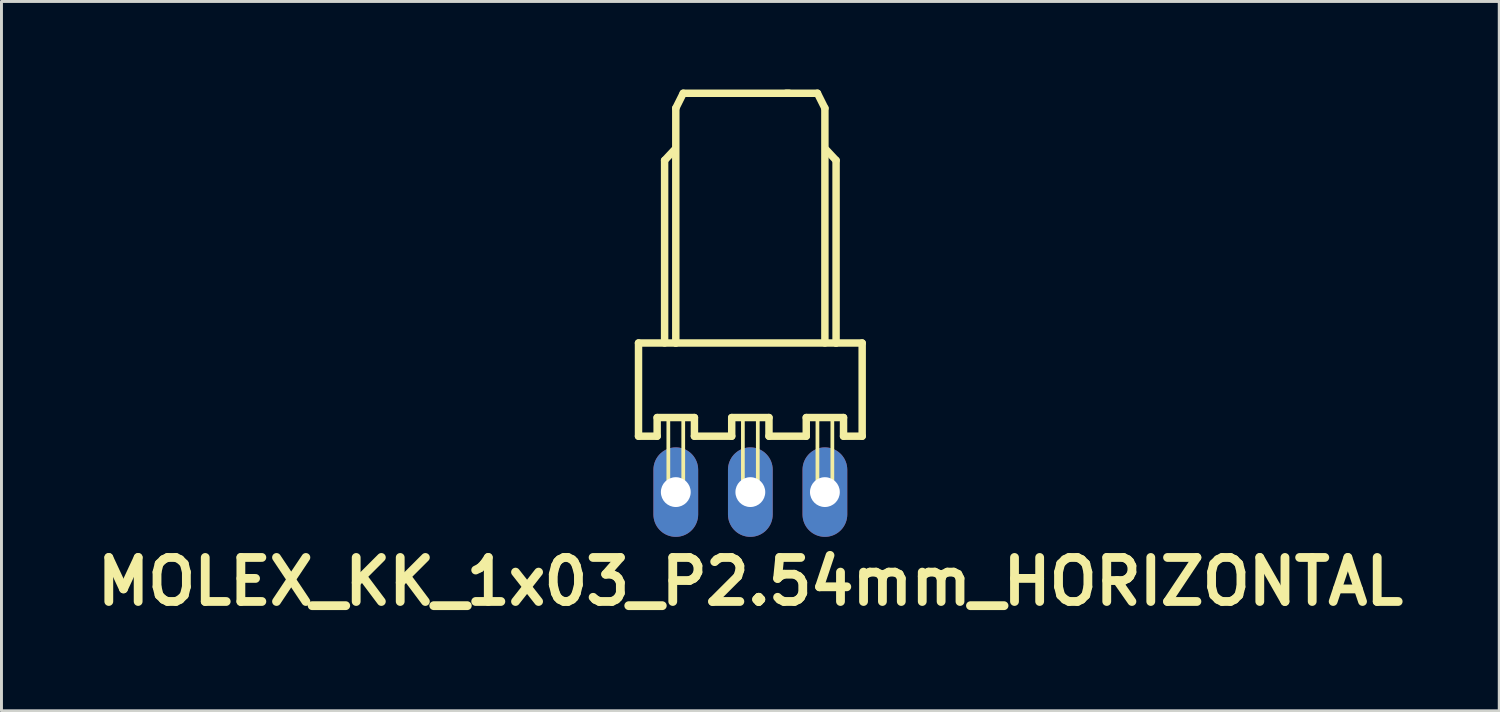
<source format=kicad_pcb>
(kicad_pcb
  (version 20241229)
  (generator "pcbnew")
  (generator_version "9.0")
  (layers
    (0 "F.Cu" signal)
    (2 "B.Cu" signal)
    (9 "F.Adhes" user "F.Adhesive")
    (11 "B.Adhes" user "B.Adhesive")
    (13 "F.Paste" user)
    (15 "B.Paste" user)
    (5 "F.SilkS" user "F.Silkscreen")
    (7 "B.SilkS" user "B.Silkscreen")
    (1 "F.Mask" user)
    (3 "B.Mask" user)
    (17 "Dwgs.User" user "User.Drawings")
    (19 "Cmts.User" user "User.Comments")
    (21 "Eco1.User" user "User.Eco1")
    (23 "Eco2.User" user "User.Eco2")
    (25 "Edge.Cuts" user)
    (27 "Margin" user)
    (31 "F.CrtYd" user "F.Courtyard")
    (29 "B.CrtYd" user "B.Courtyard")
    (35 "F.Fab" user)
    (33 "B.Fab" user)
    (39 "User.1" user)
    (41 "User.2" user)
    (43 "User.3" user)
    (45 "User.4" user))
  (footprint "MOLEX_KK_1x03_P2.54mm_HORIZONTAL"
    (layer "F.Cu")
    (at 22.514 13.716)
    (property "Reference" "MOLEX_KK_1x03_P2.54mm_HORIZONTAL" (at 0 3.048 0) (layer "F.SilkS") (effects (font (size 1.5 1.5) (thickness 0.3))))
    (attr exclude_from_pos_files exclude_from_bom)
    (fp_line (start -3.81 -5.08) (end -3.81 -1.905) (stroke (width 0.254) (type solid)) (layer "F.SilkS"))
    (fp_line (start -3.81 -1.905) (end -3.175 -1.905) (stroke (width 0.254) (type solid)) (layer "F.SilkS"))
    (fp_line (start -3.175 -2.54) (end -1.905 -2.54) (stroke (width 0.254) (type solid)) (layer "F.SilkS"))
    (fp_line (start -3.175 -1.905) (end -3.175 -2.54) (stroke (width 0.254) (type solid)) (layer "F.SilkS"))
    (fp_line (start -2.921 -11.303) (end -2.588 -11.659) (stroke (width 0.254) (type solid)) (layer "F.SilkS"))
    (fp_line (start -2.921 -5.08) (end -2.921 -11.303) (stroke (width 0.254) (type solid)) (layer "F.SilkS"))
    (fp_line (start -2.794 -2.515) (end -2.286 -2.515) (stroke (width 0.066) (type solid)) (layer "F.SilkS"))
    (fp_line (start -2.794 -0.279) (end -2.794 -2.515) (stroke (width 0.127) (type solid)) (layer "F.SilkS"))
    (fp_line (start -2.794 -0.279) (end -2.286 -0.279) (stroke (width 0.127) (type solid)) (layer "F.SilkS"))
    (fp_line (start -2.54 -13.081) (end -2.286 -13.589) (stroke (width 0.254) (type solid)) (layer "F.SilkS"))
    (fp_line (start -2.54 -5.08) (end -3.81 -5.08) (stroke (width 0.254) (type solid)) (layer "F.SilkS"))
    (fp_line (start -2.54 -5.08) (end -2.54 -13.081) (stroke (width 0.254) (type solid)) (layer "F.SilkS"))
    (fp_line (start -2.286 -13.589) (end 1.321 -13.589) (stroke (width 0.254) (type solid)) (layer "F.SilkS"))
    (fp_line (start -2.286 -0.279) (end -2.286 -2.515) (stroke (width 0.127) (type solid)) (layer "F.SilkS"))
    (fp_line (start -1.905 -2.54) (end -1.905 -1.905) (stroke (width 0.254) (type solid)) (layer "F.SilkS"))
    (fp_line (start -1.905 -1.905) (end -0.635 -1.905) (stroke (width 0.254) (type solid)) (layer "F.SilkS"))
    (fp_line (start -0.635 -2.54) (end 0.635 -2.54) (stroke (width 0.254) (type solid)) (layer "F.SilkS"))
    (fp_line (start -0.635 -1.905) (end -0.635 -2.54) (stroke (width 0.254) (type solid)) (layer "F.SilkS"))
    (fp_line (start -0.254 -2.515) (end 0.254 -2.515) (stroke (width 0.066) (type solid)) (layer "F.SilkS"))
    (fp_line (start -0.254 -2.515) (end 0.254 -2.515) (stroke (width 0.066) (type solid)) (layer "F.SilkS"))
    (fp_line (start -0.254 -0.279) (end -0.254 -2.515) (stroke (width 0.127) (type solid)) (layer "F.SilkS"))
    (fp_line (start -0.254 -0.279) (end 0.254 -0.279) (stroke (width 0.127) (type solid)) (layer "F.SilkS"))
    (fp_line (start 0.254 -0.279) (end 0.254 -2.515) (stroke (width 0.127) (type solid)) (layer "F.SilkS"))
    (fp_line (start 0.635 -2.54) (end 0.635 -1.905) (stroke (width 0.254) (type solid)) (layer "F.SilkS"))
    (fp_line (start 0.635 -1.905) (end 1.905 -1.905) (stroke (width 0.254) (type solid)) (layer "F.SilkS"))
    (fp_line (start 1.905 -2.54) (end 3.175 -2.54) (stroke (width 0.254) (type solid)) (layer "F.SilkS"))
    (fp_line (start 1.905 -1.905) (end 1.905 -2.54) (stroke (width 0.254) (type solid)) (layer "F.SilkS"))
    (fp_line (start 2.286 -13.589) (end 1.219 -13.589) (stroke (width 0.254) (type solid)) (layer "F.SilkS"))
    (fp_line (start 2.286 -2.515) (end 2.794 -2.515) (stroke (width 0.066) (type solid)) (layer "F.SilkS"))
    (fp_line (start 2.286 -2.515) (end 2.794 -2.515) (stroke (width 0.066) (type solid)) (layer "F.SilkS"))
    (fp_line (start 2.286 -0.279) (end 2.286 -2.515) (stroke (width 0.127) (type solid)) (layer "F.SilkS"))
    (fp_line (start 2.286 -0.279) (end 2.794 -0.279) (stroke (width 0.127) (type solid)) (layer "F.SilkS"))
    (fp_line (start 2.54 -13.081) (end 2.286 -13.589) (stroke (width 0.254) (type solid)) (layer "F.SilkS"))
    (fp_line (start 2.54 -5.08) (end 2.54 -13.081) (stroke (width 0.254) (type solid)) (layer "F.SilkS"))
    (fp_line (start 2.794 -0.279) (end 2.794 -2.515) (stroke (width 0.127) (type solid)) (layer "F.SilkS"))
    (fp_line (start 2.921 -11.303) (end 2.588 -11.659) (stroke (width 0.254) (type solid)) (layer "F.SilkS"))
    (fp_line (start 2.921 -5.08) (end -2.54 -5.08) (stroke (width 0.254) (type solid)) (layer "F.SilkS"))
    (fp_line (start 2.921 -5.08) (end 2.921 -11.303) (stroke (width 0.254) (type solid)) (layer "F.SilkS"))
    (fp_line (start 3.175 -2.54) (end 3.175 -1.905) (stroke (width 0.254) (type solid)) (layer "F.SilkS"))
    (fp_line (start 3.175 -1.905) (end 3.81 -1.905) (stroke (width 0.254) (type solid)) (layer "F.SilkS"))
    (fp_line (start 3.81 -5.08) (end 2.921 -5.08) (stroke (width 0.254) (type solid)) (layer "F.SilkS"))
    (fp_line (start 3.81 -1.905) (end 3.81 -5.08) (stroke (width 0.254) (type solid)) (layer "F.SilkS"))
    (pad "1" thru_hole oval (at 2.54 0) (size 1.524 3.048) (drill 1.016) (layers "*.Cu" "*.Mask"))
    (pad "2" thru_hole oval (at 0 0) (size 1.524 3.048) (drill 1.016) (layers "*.Cu" "*.Mask"))
    (pad "3" thru_hole oval (at -2.54 0) (size 1.524 3.048) (drill 1.016) (layers "*.Cu" "*.Mask")))
  (gr_rect
    (start -3 -3)
    (end 48.029 21.168)
    (stroke (width 0.1) (type default))
    (fill no)
    (layer "Edge.Cuts")))
</source>
